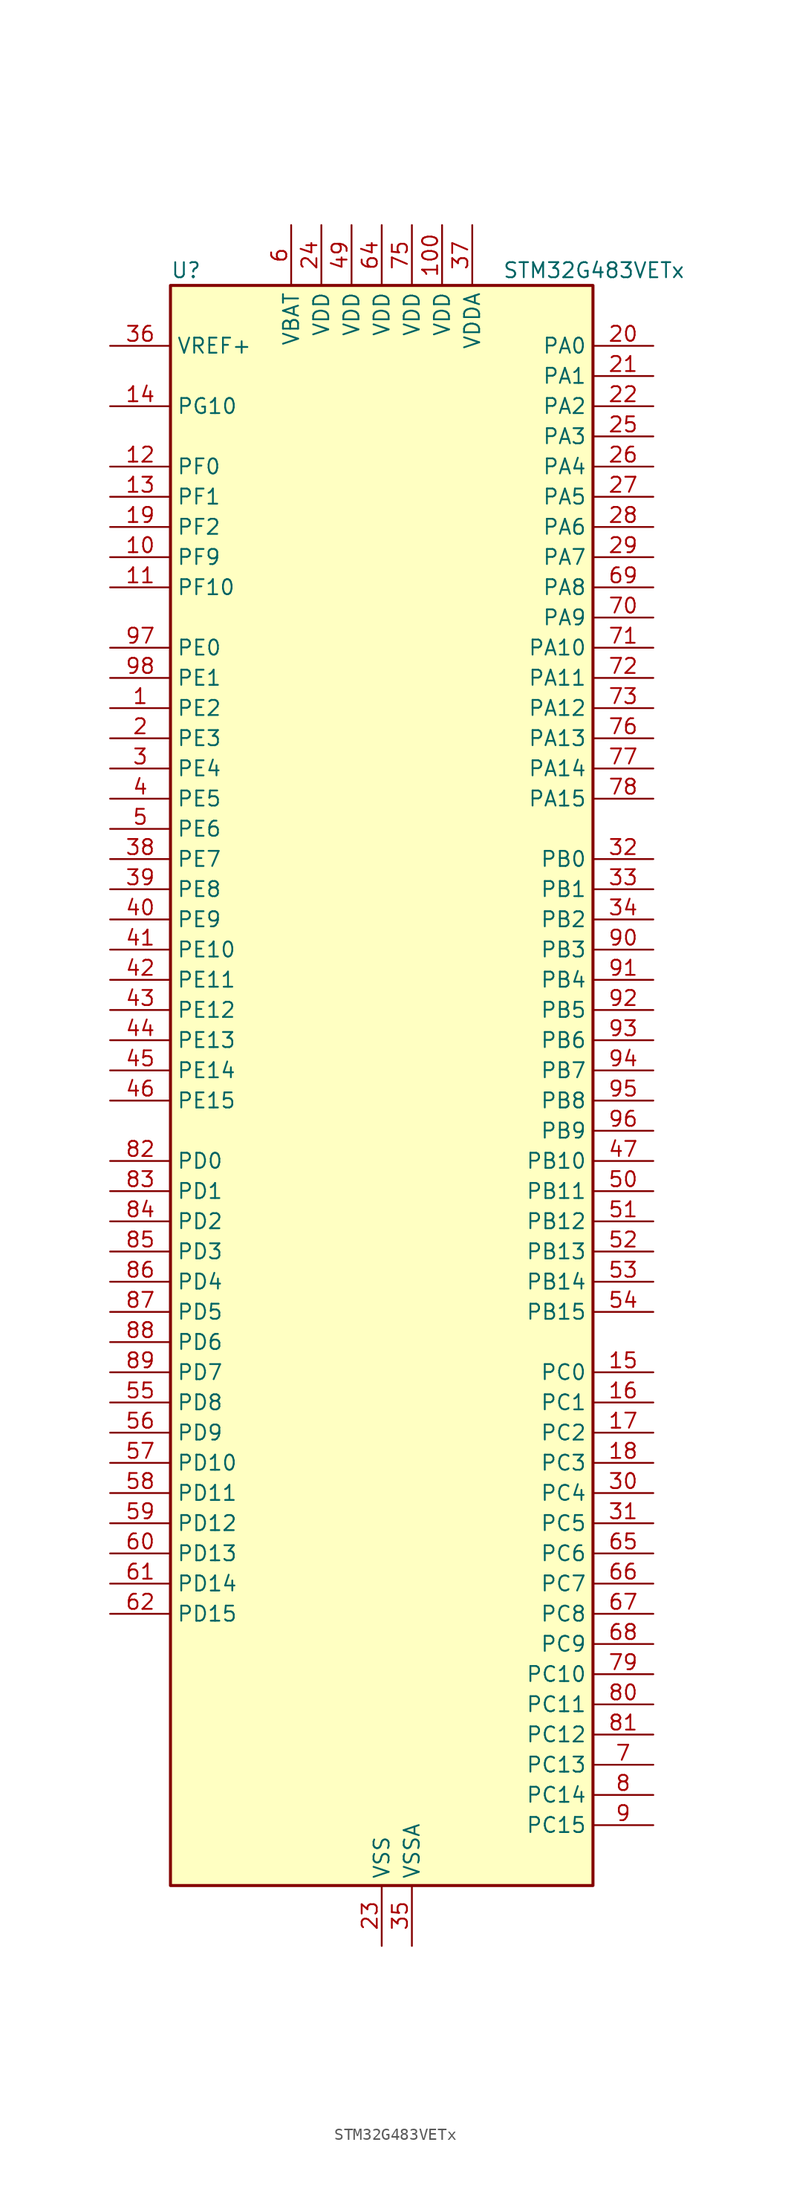
<source format=kicad_sym>
(kicad_symbol_lib
  (version 20241209)
  (generator "kicad_symbol_editor")
  (generator_version "9.0")
  (symbol "STM32G483VETx"
    (property "Reference" "U"
      (at -17.78 69.85 0)
      (effects (font (size 1.27 1.27)) (justify left)))
    (property "Value" "STM32G483VETx"
      (at 10.16 69.85 0)
      (effects (font (size 1.27 1.27)) (justify left)))
    (symbol "STM32G483VETx_0_1"
      (rectangle (start -17.78 -66.04) (end 17.78 68.58) (stroke (width 0.254) (type default)) (fill (type background))))
    (symbol "STM32G483VETx_1_1"
      (pin input line (at -22.86 63.5 0) (length 5.08) (name "VREF+" (effects (font (size 1.27 1.27)))) (number "36" (effects (font (size 1.27 1.27)))) (alternate "VREFBUF_OUT" bidirectional line))
      (pin bidirectional line (at -22.86 58.42 0) (length 5.08) (name "PG10" (effects (font (size 1.27 1.27)))) (number "14" (effects (font (size 1.27 1.27)))) (alternate "DAC1_EXTI10" bidirectional line) (alternate "DAC2_EXTI10" bidirectional line) (alternate "DAC3_EXTI10" bidirectional line) (alternate "DAC4_EXTI10" bidirectional line) (alternate "RCC_MCO" bidirectional line))
      (pin bidirectional line (at -22.86 53.34 0) (length 5.08) (name "PF0" (effects (font (size 1.27 1.27)))) (number "12" (effects (font (size 1.27 1.27)))) (alternate "ADC1_IN10" bidirectional line) (alternate "I2C2_SDA" bidirectional line) (alternate "I2S2_WS" bidirectional line) (alternate "RCC_OSC_IN" bidirectional line) (alternate "SPI2_NSS" bidirectional line) (alternate "TIM1_CH3N" bidirectional line))
      (pin bidirectional line (at -22.86 50.8 0) (length 5.08) (name "PF1" (effects (font (size 1.27 1.27)))) (number "13" (effects (font (size 1.27 1.27)))) (alternate "ADC2_IN10" bidirectional line) (alternate "COMP3_INM" bidirectional line) (alternate "I2S2_CK" bidirectional line) (alternate "RCC_OSC_OUT" bidirectional line) (alternate "SPI2_SCK" bidirectional line))
      (pin bidirectional line (at -22.86 48.26 0) (length 5.08) (name "PF2" (effects (font (size 1.27 1.27)))) (number "19" (effects (font (size 1.27 1.27)))) (alternate "ADC3_EXTI2" bidirectional line) (alternate "ADC4_EXTI2" bidirectional line) (alternate "ADC5_EXTI2" bidirectional line) (alternate "FMC_A2" bidirectional line) (alternate "I2C2_SMBA" bidirectional line) (alternate "TIM20_CH3" bidirectional line))
      (pin bidirectional line (at -22.86 45.72 0) (length 5.08) (name "PF9" (effects (font (size 1.27 1.27)))) (number "10" (effects (font (size 1.27 1.27)))) (alternate "DAC1_EXTI9" bidirectional line) (alternate "DAC2_EXTI9" bidirectional line) (alternate "DAC3_EXTI9" bidirectional line) (alternate "DAC4_EXTI9" bidirectional line) (alternate "FMC_A25" bidirectional line) (alternate "QUADSPI1_BK1_IO1" bidirectional line) (alternate "SAI1_FS_B" bidirectional line) (alternate "SPI2_SCK" bidirectional line) (alternate "TIM15_CH1" bidirectional line) (alternate "TIM20_BKIN" bidirectional line) (alternate "TIM5_CH4" bidirectional line))
      (pin bidirectional line (at -22.86 43.18 0) (length 5.08) (name "PF10" (effects (font (size 1.27 1.27)))) (number "11" (effects (font (size 1.27 1.27)))) (alternate "DAC1_EXTI10" bidirectional line) (alternate "DAC2_EXTI10" bidirectional line) (alternate "DAC3_EXTI10" bidirectional line) (alternate "DAC4_EXTI10" bidirectional line) (alternate "FMC_A0" bidirectional line) (alternate "QUADSPI1_CLK" bidirectional line) (alternate "SAI1_D3" bidirectional line) (alternate "SPI2_SCK" bidirectional line) (alternate "TIM15_CH2" bidirectional line) (alternate "TIM20_BKIN2" bidirectional line))
      (pin bidirectional line (at -22.86 38.1 0) (length 5.08) (name "PE0" (effects (font (size 1.27 1.27)))) (number "97" (effects (font (size 1.27 1.27)))) (alternate "FMC_NBL0" bidirectional line) (alternate "TIM16_CH1" bidirectional line) (alternate "TIM20_CH4N" bidirectional line) (alternate "TIM20_ETR" bidirectional line) (alternate "TIM4_ETR" bidirectional line) (alternate "USART1_TX" bidirectional line))
      (pin bidirectional line (at -22.86 35.56 0) (length 5.08) (name "PE1" (effects (font (size 1.27 1.27)))) (number "98" (effects (font (size 1.27 1.27)))) (alternate "FMC_NBL1" bidirectional line) (alternate "TIM17_CH1" bidirectional line) (alternate "TIM20_CH4" bidirectional line) (alternate "USART1_RX" bidirectional line))
      (pin bidirectional line (at -22.86 33.02 0) (length 5.08) (name "PE2" (effects (font (size 1.27 1.27)))) (number "1" (effects (font (size 1.27 1.27)))) (alternate "ADC3_EXTI2" bidirectional line) (alternate "ADC4_EXTI2" bidirectional line) (alternate "ADC5_EXTI2" bidirectional line) (alternate "FMC_A23" bidirectional line) (alternate "SAI1_CK1" bidirectional line) (alternate "SAI1_MCLK_A" bidirectional line) (alternate "SPI4_SCK" bidirectional line) (alternate "SYS_TRACECLK" bidirectional line) (alternate "TIM20_CH1" bidirectional line) (alternate "TIM3_CH1" bidirectional line))
      (pin bidirectional line (at -22.86 30.48 0) (length 5.08) (name "PE3" (effects (font (size 1.27 1.27)))) (number "2" (effects (font (size 1.27 1.27)))) (alternate "ADC3_EXTI3" bidirectional line) (alternate "ADC4_EXTI3" bidirectional line) (alternate "ADC5_EXTI3" bidirectional line) (alternate "FMC_A19" bidirectional line) (alternate "SAI1_SD_B" bidirectional line) (alternate "SPI4_NSS" bidirectional line) (alternate "SYS_TRACED0" bidirectional line) (alternate "TIM20_CH2" bidirectional line) (alternate "TIM3_CH2" bidirectional line))
      (pin bidirectional line (at -22.86 27.94 0) (length 5.08) (name "PE4" (effects (font (size 1.27 1.27)))) (number "3" (effects (font (size 1.27 1.27)))) (alternate "FMC_A20" bidirectional line) (alternate "SAI1_D2" bidirectional line) (alternate "SAI1_FS_A" bidirectional line) (alternate "SPI4_NSS" bidirectional line) (alternate "SYS_TRACED1" bidirectional line) (alternate "TIM20_CH1N" bidirectional line) (alternate "TIM3_CH3" bidirectional line))
      (pin bidirectional line (at -22.86 25.4 0) (length 5.08) (name "PE5" (effects (font (size 1.27 1.27)))) (number "4" (effects (font (size 1.27 1.27)))) (alternate "FMC_A21" bidirectional line) (alternate "SAI1_CK2" bidirectional line) (alternate "SAI1_SCK_A" bidirectional line) (alternate "SPI4_MISO" bidirectional line) (alternate "SYS_TRACED2" bidirectional line) (alternate "TIM20_CH2N" bidirectional line) (alternate "TIM3_CH4" bidirectional line))
      (pin bidirectional line (at -22.86 22.86 0) (length 5.08) (name "PE6" (effects (font (size 1.27 1.27)))) (number "5" (effects (font (size 1.27 1.27)))) (alternate "FMC_A22" bidirectional line) (alternate "RTC_TAMP3" bidirectional line) (alternate "SAI1_D1" bidirectional line) (alternate "SAI1_SD_A" bidirectional line) (alternate "SPI4_MOSI" bidirectional line) (alternate "SYS_TRACED3" bidirectional line) (alternate "SYS_WKUP3" bidirectional line) (alternate "TIM20_CH3N" bidirectional line))
      (pin bidirectional line (at -22.86 20.32 0) (length 5.08) (name "PE7" (effects (font (size 1.27 1.27)))) (number "38" (effects (font (size 1.27 1.27)))) (alternate "ADC3_IN4" bidirectional line) (alternate "COMP4_INP" bidirectional line) (alternate "FMC_D4" bidirectional line) (alternate "FMC_DA4" bidirectional line) (alternate "SAI1_SD_B" bidirectional line) (alternate "TIM1_ETR" bidirectional line))
      (pin bidirectional line (at -22.86 17.78 0) (length 5.08) (name "PE8" (effects (font (size 1.27 1.27)))) (number "39" (effects (font (size 1.27 1.27)))) (alternate "ADC3_IN6" bidirectional line) (alternate "ADC4_IN6" bidirectional line) (alternate "ADC5_IN6" bidirectional line) (alternate "COMP4_INM" bidirectional line) (alternate "FMC_D5" bidirectional line) (alternate "FMC_DA5" bidirectional line) (alternate "SAI1_SCK_B" bidirectional line) (alternate "TIM1_CH1N" bidirectional line) (alternate "TIM5_CH3" bidirectional line))
      (pin bidirectional line (at -22.86 15.24 0) (length 5.08) (name "PE9" (effects (font (size 1.27 1.27)))) (number "40" (effects (font (size 1.27 1.27)))) (alternate "ADC3_IN2" bidirectional line) (alternate "DAC1_EXTI9" bidirectional line) (alternate "DAC2_EXTI9" bidirectional line) (alternate "DAC3_EXTI9" bidirectional line) (alternate "DAC4_EXTI9" bidirectional line) (alternate "FMC_D6" bidirectional line) (alternate "FMC_DA6" bidirectional line) (alternate "SAI1_FS_B" bidirectional line) (alternate "TIM1_CH1" bidirectional line) (alternate "TIM5_CH4" bidirectional line))
      (pin bidirectional line (at -22.86 12.7 0) (length 5.08) (name "PE10" (effects (font (size 1.27 1.27)))) (number "41" (effects (font (size 1.27 1.27)))) (alternate "ADC3_IN14" bidirectional line) (alternate "ADC4_IN14" bidirectional line) (alternate "ADC5_IN14" bidirectional line) (alternate "DAC1_EXTI10" bidirectional line) (alternate "DAC2_EXTI10" bidirectional line) (alternate "DAC3_EXTI10" bidirectional line) (alternate "DAC4_EXTI10" bidirectional line) (alternate "FMC_D7" bidirectional line) (alternate "FMC_DA7" bidirectional line) (alternate "QUADSPI1_CLK" bidirectional line) (alternate "SAI1_MCLK_B" bidirectional line) (alternate "TIM1_CH2N" bidirectional line))
      (pin bidirectional line (at -22.86 10.16 0) (length 5.08) (name "PE11" (effects (font (size 1.27 1.27)))) (number "42" (effects (font (size 1.27 1.27)))) (alternate "ADC1_EXTI11" bidirectional line) (alternate "ADC2_EXTI11" bidirectional line) (alternate "ADC3_IN15" bidirectional line) (alternate "ADC4_IN15" bidirectional line) (alternate "ADC5_IN15" bidirectional line) (alternate "FMC_D8" bidirectional line) (alternate "FMC_DA8" bidirectional line) (alternate "QUADSPI1_BK1_NCS" bidirectional line) (alternate "SPI4_NSS" bidirectional line) (alternate "TIM1_CH2" bidirectional line))
      (pin bidirectional line (at -22.86 7.62 0) (length 5.08) (name "PE12" (effects (font (size 1.27 1.27)))) (number "43" (effects (font (size 1.27 1.27)))) (alternate "ADC3_IN16" bidirectional line) (alternate "ADC4_IN16" bidirectional line) (alternate "ADC5_IN16" bidirectional line) (alternate "FMC_D9" bidirectional line) (alternate "FMC_DA9" bidirectional line) (alternate "QUADSPI1_BK1_IO0" bidirectional line) (alternate "SPI4_SCK" bidirectional line) (alternate "TIM1_CH3N" bidirectional line))
      (pin bidirectional line (at -22.86 5.08 0) (length 5.08) (name "PE13" (effects (font (size 1.27 1.27)))) (number "44" (effects (font (size 1.27 1.27)))) (alternate "ADC3_IN3" bidirectional line) (alternate "FMC_D10" bidirectional line) (alternate "FMC_DA10" bidirectional line) (alternate "QUADSPI1_BK1_IO1" bidirectional line) (alternate "SPI4_MISO" bidirectional line) (alternate "TIM1_CH3" bidirectional line))
      (pin bidirectional line (at -22.86 2.54 0) (length 5.08) (name "PE14" (effects (font (size 1.27 1.27)))) (number "45" (effects (font (size 1.27 1.27)))) (alternate "ADC4_IN1" bidirectional line) (alternate "FMC_D11" bidirectional line) (alternate "FMC_DA11" bidirectional line) (alternate "QUADSPI1_BK1_IO2" bidirectional line) (alternate "SPI4_MOSI" bidirectional line) (alternate "TIM1_BKIN2" bidirectional line) (alternate "TIM1_CH4" bidirectional line))
      (pin bidirectional line (at -22.86 0 0) (length 5.08) (name "PE15" (effects (font (size 1.27 1.27)))) (number "46" (effects (font (size 1.27 1.27)))) (alternate "ADC1_EXTI15" bidirectional line) (alternate "ADC2_EXTI15" bidirectional line) (alternate "ADC4_IN2" bidirectional line) (alternate "FMC_D12" bidirectional line) (alternate "FMC_DA12" bidirectional line) (alternate "QUADSPI1_BK1_IO3" bidirectional line) (alternate "TIM1_BKIN" bidirectional line) (alternate "TIM1_CH4N" bidirectional line) (alternate "USART3_RX" bidirectional line))
      (pin bidirectional line (at -22.86 -5.08 0) (length 5.08) (name "PD0" (effects (font (size 1.27 1.27)))) (number "82" (effects (font (size 1.27 1.27)))) (alternate "FDCAN1_RX" bidirectional line) (alternate "FMC_D2" bidirectional line) (alternate "FMC_DA2" bidirectional line) (alternate "TIM8_CH4N" bidirectional line))
      (pin bidirectional line (at -22.86 -7.62 0) (length 5.08) (name "PD1" (effects (font (size 1.27 1.27)))) (number "83" (effects (font (size 1.27 1.27)))) (alternate "FDCAN1_TX" bidirectional line) (alternate "FMC_D3" bidirectional line) (alternate "FMC_DA3" bidirectional line) (alternate "TIM8_BKIN2" bidirectional line) (alternate "TIM8_CH4" bidirectional line))
      (pin bidirectional line (at -22.86 -10.16 0) (length 5.08) (name "PD2" (effects (font (size 1.27 1.27)))) (number "84" (effects (font (size 1.27 1.27)))) (alternate "ADC3_EXTI2" bidirectional line) (alternate "ADC4_EXTI2" bidirectional line) (alternate "ADC5_EXTI2" bidirectional line) (alternate "TIM3_ETR" bidirectional line) (alternate "TIM8_BKIN" bidirectional line) (alternate "UART5_RX" bidirectional line))
      (pin bidirectional line (at -22.86 -12.7 0) (length 5.08) (name "PD3" (effects (font (size 1.27 1.27)))) (number "85" (effects (font (size 1.27 1.27)))) (alternate "ADC3_EXTI3" bidirectional line) (alternate "ADC4_EXTI3" bidirectional line) (alternate "ADC5_EXTI3" bidirectional line) (alternate "FMC_CLK" bidirectional line) (alternate "QUADSPI1_BK2_NCS" bidirectional line) (alternate "TIM2_CH1" bidirectional line) (alternate "TIM2_ETR" bidirectional line) (alternate "USART2_CTS" bidirectional line) (alternate "USART2_NSS" bidirectional line))
      (pin bidirectional line (at -22.86 -15.24 0) (length 5.08) (name "PD4" (effects (font (size 1.27 1.27)))) (number "86" (effects (font (size 1.27 1.27)))) (alternate "FMC_NOE" bidirectional line) (alternate "QUADSPI1_BK2_IO0" bidirectional line) (alternate "TIM2_CH2" bidirectional line) (alternate "USART2_DE" bidirectional line) (alternate "USART2_RTS" bidirectional line))
      (pin bidirectional line (at -22.86 -17.78 0) (length 5.08) (name "PD5" (effects (font (size 1.27 1.27)))) (number "87" (effects (font (size 1.27 1.27)))) (alternate "FMC_NWE" bidirectional line) (alternate "QUADSPI1_BK2_IO1" bidirectional line) (alternate "USART2_TX" bidirectional line))
      (pin bidirectional line (at -22.86 -20.32 0) (length 5.08) (name "PD6" (effects (font (size 1.27 1.27)))) (number "88" (effects (font (size 1.27 1.27)))) (alternate "FMC_NWAIT" bidirectional line) (alternate "QUADSPI1_BK2_IO2" bidirectional line) (alternate "SAI1_D1" bidirectional line) (alternate "SAI1_SD_A" bidirectional line) (alternate "TIM2_CH4" bidirectional line) (alternate "USART2_RX" bidirectional line))
      (pin bidirectional line (at -22.86 -22.86 0) (length 5.08) (name "PD7" (effects (font (size 1.27 1.27)))) (number "89" (effects (font (size 1.27 1.27)))) (alternate "FMC_NCE" bidirectional line) (alternate "FMC_NE1" bidirectional line) (alternate "QUADSPI1_BK2_IO3" bidirectional line) (alternate "TIM2_CH3" bidirectional line) (alternate "USART2_CK" bidirectional line))
      (pin bidirectional line (at -22.86 -25.4 0) (length 5.08) (name "PD8" (effects (font (size 1.27 1.27)))) (number "55" (effects (font (size 1.27 1.27)))) (alternate "ADC4_IN12" bidirectional line) (alternate "ADC5_IN12" bidirectional line) (alternate "FMC_D13" bidirectional line) (alternate "FMC_DA13" bidirectional line) (alternate "OPAMP4_VINM" bidirectional line) (alternate "OPAMP4_VINM1" bidirectional line) (alternate "OPAMP4_VINM_SEC" bidirectional line) (alternate "USART3_TX" bidirectional line))
      (pin bidirectional line (at -22.86 -27.94 0) (length 5.08) (name "PD9" (effects (font (size 1.27 1.27)))) (number "56" (effects (font (size 1.27 1.27)))) (alternate "ADC4_IN13" bidirectional line) (alternate "ADC5_IN13" bidirectional line) (alternate "DAC1_EXTI9" bidirectional line) (alternate "DAC2_EXTI9" bidirectional line) (alternate "DAC3_EXTI9" bidirectional line) (alternate "DAC4_EXTI9" bidirectional line) (alternate "FMC_D14" bidirectional line) (alternate "FMC_DA14" bidirectional line) (alternate "OPAMP6_VINP" bidirectional line) (alternate "OPAMP6_VINP_SEC" bidirectional line) (alternate "USART3_RX" bidirectional line))
      (pin bidirectional line (at -22.86 -30.48 0) (length 5.08) (name "PD10" (effects (font (size 1.27 1.27)))) (number "57" (effects (font (size 1.27 1.27)))) (alternate "ADC3_IN7" bidirectional line) (alternate "ADC4_IN7" bidirectional line) (alternate "ADC5_IN7" bidirectional line) (alternate "COMP6_INM" bidirectional line) (alternate "DAC1_EXTI10" bidirectional line) (alternate "DAC2_EXTI10" bidirectional line) (alternate "DAC3_EXTI10" bidirectional line) (alternate "DAC4_EXTI10" bidirectional line) (alternate "FMC_D15" bidirectional line) (alternate "FMC_DA15" bidirectional line) (alternate "USART3_CK" bidirectional line))
      (pin bidirectional line (at -22.86 -33.02 0) (length 5.08) (name "PD11" (effects (font (size 1.27 1.27)))) (number "58" (effects (font (size 1.27 1.27)))) (alternate "ADC1_EXTI11" bidirectional line) (alternate "ADC2_EXTI11" bidirectional line) (alternate "ADC3_IN8" bidirectional line) (alternate "ADC4_IN8" bidirectional line) (alternate "ADC5_IN8" bidirectional line) (alternate "COMP6_INP" bidirectional line) (alternate "FMC_A16" bidirectional line) (alternate "FMC_CLE" bidirectional line) (alternate "I2C4_SMBA" bidirectional line) (alternate "OPAMP4_VINP" bidirectional line) (alternate "OPAMP4_VINP_SEC" bidirectional line) (alternate "TIM5_ETR" bidirectional line) (alternate "USART3_CTS" bidirectional line) (alternate "USART3_NSS" bidirectional line))
      (pin bidirectional line (at -22.86 -35.56 0) (length 5.08) (name "PD12" (effects (font (size 1.27 1.27)))) (number "59" (effects (font (size 1.27 1.27)))) (alternate "ADC3_IN9" bidirectional line) (alternate "ADC4_IN9" bidirectional line) (alternate "ADC5_IN9" bidirectional line) (alternate "COMP5_INP" bidirectional line) (alternate "FMC_A17" bidirectional line) (alternate "FMC_ALE" bidirectional line) (alternate "OPAMP5_VINP" bidirectional line) (alternate "OPAMP5_VINP_SEC" bidirectional line) (alternate "TIM4_CH1" bidirectional line) (alternate "USART3_DE" bidirectional line) (alternate "USART3_RTS" bidirectional line))
      (pin bidirectional line (at -22.86 -38.1 0) (length 5.08) (name "PD13" (effects (font (size 1.27 1.27)))) (number "60" (effects (font (size 1.27 1.27)))) (alternate "ADC3_IN10" bidirectional line) (alternate "ADC4_IN10" bidirectional line) (alternate "ADC5_IN10" bidirectional line) (alternate "COMP5_INM" bidirectional line) (alternate "FMC_A18" bidirectional line) (alternate "TIM4_CH2" bidirectional line))
      (pin bidirectional line (at -22.86 -40.64 0) (length 5.08) (name "PD14" (effects (font (size 1.27 1.27)))) (number "61" (effects (font (size 1.27 1.27)))) (alternate "ADC3_IN11" bidirectional line) (alternate "ADC4_IN11" bidirectional line) (alternate "ADC5_IN11" bidirectional line) (alternate "COMP7_INP" bidirectional line) (alternate "FMC_D0" bidirectional line) (alternate "FMC_DA0" bidirectional line) (alternate "OPAMP2_VINP" bidirectional line) (alternate "OPAMP2_VINP_SEC" bidirectional line) (alternate "TIM4_CH3" bidirectional line))
      (pin bidirectional line (at -22.86 -43.18 0) (length 5.08) (name "PD15" (effects (font (size 1.27 1.27)))) (number "62" (effects (font (size 1.27 1.27)))) (alternate "ADC1_EXTI15" bidirectional line) (alternate "ADC2_EXTI15" bidirectional line) (alternate "COMP7_INM" bidirectional line) (alternate "FMC_D1" bidirectional line) (alternate "FMC_DA1" bidirectional line) (alternate "SPI2_NSS" bidirectional line) (alternate "TIM4_CH4" bidirectional line))
      (pin power_in line (at -7.62 73.66 270) (length 5.08) (name "VBAT" (effects (font (size 1.27 1.27)))) (number "6" (effects (font (size 1.27 1.27)))))
      (pin power_in line (at -5.08 73.66 270) (length 5.08) (name "VDD" (effects (font (size 1.27 1.27)))) (number "24" (effects (font (size 1.27 1.27)))))
      (pin power_in line (at -2.54 73.66 270) (length 5.08) (name "VDD" (effects (font (size 1.27 1.27)))) (number "49" (effects (font (size 1.27 1.27)))))
      (pin power_in line (at 0 73.66 270) (length 5.08) (name "VDD" (effects (font (size 1.27 1.27)))) (number "64" (effects (font (size 1.27 1.27)))))
      (pin power_in line (at 0 -71.12 90) (length 5.08) (name "VSS" (effects (font (size 1.27 1.27)))) (number "23" (effects (font (size 1.27 1.27)))))
      (pin passive line (at 0 -71.12 90) (length 5.08) (hide yes) (name "VSS" (effects (font (size 1.27 1.27)))) (number "48" (effects (font (size 1.27 1.27)))))
      (pin passive line (at 0 -71.12 90) (length 5.08) (hide yes) (name "VSS" (effects (font (size 1.27 1.27)))) (number "63" (effects (font (size 1.27 1.27)))))
      (pin passive line (at 0 -71.12 90) (length 5.08) (hide yes) (name "VSS" (effects (font (size 1.27 1.27)))) (number "74" (effects (font (size 1.27 1.27)))))
      (pin passive line (at 0 -71.12 90) (length 5.08) (hide yes) (name "VSS" (effects (font (size 1.27 1.27)))) (number "99" (effects (font (size 1.27 1.27)))))
      (pin power_in line (at 2.54 73.66 270) (length 5.08) (name "VDD" (effects (font (size 1.27 1.27)))) (number "75" (effects (font (size 1.27 1.27)))))
      (pin power_in line (at 2.54 -71.12 90) (length 5.08) (name "VSSA" (effects (font (size 1.27 1.27)))) (number "35" (effects (font (size 1.27 1.27)))))
      (pin power_in line (at 5.08 73.66 270) (length 5.08) (name "VDD" (effects (font (size 1.27 1.27)))) (number "100" (effects (font (size 1.27 1.27)))))
      (pin power_in line (at 7.62 73.66 270) (length 5.08) (name "VDDA" (effects (font (size 1.27 1.27)))) (number "37" (effects (font (size 1.27 1.27)))))
      (pin bidirectional line (at 22.86 63.5 180) (length 5.08) (name "PA0" (effects (font (size 1.27 1.27)))) (number "20" (effects (font (size 1.27 1.27)))) (alternate "ADC1_IN1" bidirectional line) (alternate "ADC2_IN1" bidirectional line) (alternate "COMP1_INM" bidirectional line) (alternate "COMP1_OUT" bidirectional line) (alternate "COMP3_INP" bidirectional line) (alternate "RTC_TAMP2" bidirectional line) (alternate "SYS_WKUP1" bidirectional line) (alternate "TIM2_CH1" bidirectional line) (alternate "TIM2_ETR" bidirectional line) (alternate "TIM5_CH1" bidirectional line) (alternate "TIM8_BKIN" bidirectional line) (alternate "TIM8_ETR" bidirectional line) (alternate "USART2_CTS" bidirectional line) (alternate "USART2_NSS" bidirectional line))
      (pin bidirectional line (at 22.86 60.96 180) (length 5.08) (name "PA1" (effects (font (size 1.27 1.27)))) (number "21" (effects (font (size 1.27 1.27)))) (alternate "ADC1_IN2" bidirectional line) (alternate "ADC2_IN2" bidirectional line) (alternate "COMP1_INP" bidirectional line) (alternate "OPAMP1_VINP" bidirectional line) (alternate "OPAMP1_VINP_SEC" bidirectional line) (alternate "OPAMP3_VINP" bidirectional line) (alternate "OPAMP3_VINP_SEC" bidirectional line) (alternate "OPAMP6_VINM" bidirectional line) (alternate "OPAMP6_VINM0" bidirectional line) (alternate "OPAMP6_VINM_SEC" bidirectional line) (alternate "RTC_REFIN" bidirectional line) (alternate "TIM15_CH1N" bidirectional line) (alternate "TIM2_CH2" bidirectional line) (alternate "TIM5_CH2" bidirectional line) (alternate "USART2_DE" bidirectional line) (alternate "USART2_RTS" bidirectional line))
      (pin bidirectional line (at 22.86 58.42 180) (length 5.08) (name "PA2" (effects (font (size 1.27 1.27)))) (number "22" (effects (font (size 1.27 1.27)))) (alternate "ADC1_IN3" bidirectional line) (alternate "ADC3_EXTI2" bidirectional line) (alternate "ADC4_EXTI2" bidirectional line) (alternate "ADC5_EXTI2" bidirectional line) (alternate "COMP2_INM" bidirectional line) (alternate "COMP2_OUT" bidirectional line) (alternate "LPUART1_TX" bidirectional line) (alternate "OPAMP1_VOUT" bidirectional line) (alternate "QUADSPI1_BK1_NCS" bidirectional line) (alternate "RCC_LSCO" bidirectional line) (alternate "SYS_WKUP4" bidirectional line) (alternate "TIM15_CH1" bidirectional line) (alternate "TIM2_CH3" bidirectional line) (alternate "TIM5_CH3" bidirectional line) (alternate "UCPD1_FRSTX1" bidirectional line) (alternate "UCPD1_FRSTX2" bidirectional line) (alternate "USART2_TX" bidirectional line))
      (pin bidirectional line (at 22.86 55.88 180) (length 5.08) (name "PA3" (effects (font (size 1.27 1.27)))) (number "25" (effects (font (size 1.27 1.27)))) (alternate "ADC1_IN4" bidirectional line) (alternate "ADC3_EXTI3" bidirectional line) (alternate "ADC4_EXTI3" bidirectional line) (alternate "ADC5_EXTI3" bidirectional line) (alternate "COMP2_INP" bidirectional line) (alternate "LPUART1_RX" bidirectional line) (alternate "OPAMP1_VINM" bidirectional line) (alternate "OPAMP1_VINM0" bidirectional line) (alternate "OPAMP1_VINM_SEC" bidirectional line) (alternate "OPAMP1_VINP" bidirectional line) (alternate "OPAMP1_VINP_SEC" bidirectional line) (alternate "OPAMP5_VINM" bidirectional line) (alternate "OPAMP5_VINM1" bidirectional line) (alternate "OPAMP5_VINM_SEC" bidirectional line) (alternate "QUADSPI1_CLK" bidirectional line) (alternate "SAI1_CK1" bidirectional line) (alternate "SAI1_MCLK_A" bidirectional line) (alternate "TIM15_CH2" bidirectional line) (alternate "TIM2_CH4" bidirectional line) (alternate "TIM5_CH4" bidirectional line) (alternate "USART2_RX" bidirectional line))
      (pin bidirectional line (at 22.86 53.34 180) (length 5.08) (name "PA4" (effects (font (size 1.27 1.27)))) (number "26" (effects (font (size 1.27 1.27)))) (alternate "ADC2_IN17" bidirectional line) (alternate "COMP1_INM" bidirectional line) (alternate "DAC1_OUT1" bidirectional line) (alternate "I2S3_WS" bidirectional line) (alternate "SAI1_FS_B" bidirectional line) (alternate "SPI1_NSS" bidirectional line) (alternate "SPI3_NSS" bidirectional line) (alternate "TIM3_CH2" bidirectional line) (alternate "USART2_CK" bidirectional line))
      (pin bidirectional line (at 22.86 50.8 180) (length 5.08) (name "PA5" (effects (font (size 1.27 1.27)))) (number "27" (effects (font (size 1.27 1.27)))) (alternate "ADC2_IN13" bidirectional line) (alternate "COMP2_INM" bidirectional line) (alternate "DAC1_OUT2" bidirectional line) (alternate "OPAMP2_VINM" bidirectional line) (alternate "OPAMP2_VINM0" bidirectional line) (alternate "OPAMP2_VINM_SEC" bidirectional line) (alternate "SPI1_SCK" bidirectional line) (alternate "TIM2_CH1" bidirectional line) (alternate "TIM2_ETR" bidirectional line) (alternate "UCPD1_FRSTX1" bidirectional line) (alternate "UCPD1_FRSTX2" bidirectional line))
      (pin bidirectional line (at 22.86 48.26 180) (length 5.08) (name "PA6" (effects (font (size 1.27 1.27)))) (number "28" (effects (font (size 1.27 1.27)))) (alternate "ADC2_IN3" bidirectional line) (alternate "COMP1_OUT" bidirectional line) (alternate "DAC2_OUT1" bidirectional line) (alternate "LPUART1_CTS" bidirectional line) (alternate "OPAMP2_VOUT" bidirectional line) (alternate "QUADSPI1_BK1_IO3" bidirectional line) (alternate "SPI1_MISO" bidirectional line) (alternate "TIM16_CH1" bidirectional line) (alternate "TIM1_BKIN" bidirectional line) (alternate "TIM3_CH1" bidirectional line) (alternate "TIM8_BKIN" bidirectional line))
      (pin bidirectional line (at 22.86 45.72 180) (length 5.08) (name "PA7" (effects (font (size 1.27 1.27)))) (number "29" (effects (font (size 1.27 1.27)))) (alternate "ADC2_IN4" bidirectional line) (alternate "COMP2_INP" bidirectional line) (alternate "COMP2_OUT" bidirectional line) (alternate "OPAMP1_VINP" bidirectional line) (alternate "OPAMP1_VINP_SEC" bidirectional line) (alternate "OPAMP2_VINP" bidirectional line) (alternate "OPAMP2_VINP_SEC" bidirectional line) (alternate "QUADSPI1_BK1_IO2" bidirectional line) (alternate "SPI1_MOSI" bidirectional line) (alternate "TIM17_CH1" bidirectional line) (alternate "TIM1_CH1N" bidirectional line) (alternate "TIM3_CH2" bidirectional line) (alternate "TIM8_CH1N" bidirectional line) (alternate "UCPD1_FRSTX1" bidirectional line) (alternate "UCPD1_FRSTX2" bidirectional line))
      (pin bidirectional line (at 22.86 43.18 180) (length 5.08) (name "PA8" (effects (font (size 1.27 1.27)))) (number "69" (effects (font (size 1.27 1.27)))) (alternate "ADC5_IN1" bidirectional line) (alternate "COMP7_OUT" bidirectional line) (alternate "FDCAN3_RX" bidirectional line) (alternate "I2C2_SDA" bidirectional line) (alternate "I2C3_SCL" bidirectional line) (alternate "I2S2_MCK" bidirectional line) (alternate "OPAMP5_VOUT" bidirectional line) (alternate "RCC_MCO" bidirectional line) (alternate "SAI1_CK2" bidirectional line) (alternate "SAI1_SCK_A" bidirectional line) (alternate "TIM1_CH1" bidirectional line) (alternate "TIM4_ETR" bidirectional line) (alternate "USART1_CK" bidirectional line))
      (pin bidirectional line (at 22.86 40.64 180) (length 5.08) (name "PA9" (effects (font (size 1.27 1.27)))) (number "70" (effects (font (size 1.27 1.27)))) (alternate "ADC5_IN2" bidirectional line) (alternate "COMP5_OUT" bidirectional line) (alternate "DAC1_EXTI9" bidirectional line) (alternate "DAC2_EXTI9" bidirectional line) (alternate "DAC3_EXTI9" bidirectional line) (alternate "DAC4_EXTI9" bidirectional line) (alternate "I2C2_SCL" bidirectional line) (alternate "I2C3_SMBA" bidirectional line) (alternate "I2S3_MCK" bidirectional line) (alternate "SAI1_FS_A" bidirectional line) (alternate "TIM15_BKIN" bidirectional line) (alternate "TIM1_CH2" bidirectional line) (alternate "TIM2_CH3" bidirectional line) (alternate "UCPD1_DBCC1" bidirectional line) (alternate "USART1_TX" bidirectional line))
      (pin bidirectional line (at 22.86 38.1 180) (length 5.08) (name "PA10" (effects (font (size 1.27 1.27)))) (number "71" (effects (font (size 1.27 1.27)))) (alternate "COMP6_OUT" bidirectional line) (alternate "CRS_SYNC" bidirectional line) (alternate "DAC1_EXTI10" bidirectional line) (alternate "DAC2_EXTI10" bidirectional line) (alternate "DAC3_EXTI10" bidirectional line) (alternate "DAC4_EXTI10" bidirectional line) (alternate "I2C2_SMBA" bidirectional line) (alternate "SAI1_D1" bidirectional line) (alternate "SAI1_SD_A" bidirectional line) (alternate "SPI2_MISO" bidirectional line) (alternate "TIM17_BKIN" bidirectional line) (alternate "TIM1_CH3" bidirectional line) (alternate "TIM2_CH4" bidirectional line) (alternate "TIM8_BKIN" bidirectional line) (alternate "UCPD1_DBCC2" bidirectional line) (alternate "USART1_RX" bidirectional line))
      (pin bidirectional line (at 22.86 35.56 180) (length 5.08) (name "PA11" (effects (font (size 1.27 1.27)))) (number "72" (effects (font (size 1.27 1.27)))) (alternate "ADC1_EXTI11" bidirectional line) (alternate "ADC2_EXTI11" bidirectional line) (alternate "COMP1_OUT" bidirectional line) (alternate "FDCAN1_RX" bidirectional line) (alternate "I2S2_SD" bidirectional line) (alternate "SPI2_MOSI" bidirectional line) (alternate "TIM1_BKIN2" bidirectional line) (alternate "TIM1_CH1N" bidirectional line) (alternate "TIM1_CH4" bidirectional line) (alternate "TIM4_CH1" bidirectional line) (alternate "USART1_CTS" bidirectional line) (alternate "USART1_NSS" bidirectional line) (alternate "USB_DM" bidirectional line))
      (pin bidirectional line (at 22.86 33.02 180) (length 5.08) (name "PA12" (effects (font (size 1.27 1.27)))) (number "73" (effects (font (size 1.27 1.27)))) (alternate "COMP2_OUT" bidirectional line) (alternate "FDCAN1_TX" bidirectional line) (alternate "I2S_CKIN" bidirectional line) (alternate "TIM16_CH1" bidirectional line) (alternate "TIM1_CH2N" bidirectional line) (alternate "TIM1_ETR" bidirectional line) (alternate "TIM4_CH2" bidirectional line) (alternate "USART1_DE" bidirectional line) (alternate "USART1_RTS" bidirectional line) (alternate "USB_DP" bidirectional line))
      (pin bidirectional line (at 22.86 30.48 180) (length 5.08) (name "PA13" (effects (font (size 1.27 1.27)))) (number "76" (effects (font (size 1.27 1.27)))) (alternate "I2C1_SCL" bidirectional line) (alternate "I2C4_SCL" bidirectional line) (alternate "IR_OUT" bidirectional line) (alternate "SAI1_SD_B" bidirectional line) (alternate "SYS_JTMS-SWDIO" bidirectional line) (alternate "TIM16_CH1N" bidirectional line) (alternate "TIM4_CH3" bidirectional line) (alternate "USART3_CTS" bidirectional line) (alternate "USART3_NSS" bidirectional line))
      (pin bidirectional line (at 22.86 27.94 180) (length 5.08) (name "PA14" (effects (font (size 1.27 1.27)))) (number "77" (effects (font (size 1.27 1.27)))) (alternate "I2C1_SDA" bidirectional line) (alternate "I2C4_SMBA" bidirectional line) (alternate "LPTIM1_OUT" bidirectional line) (alternate "SAI1_FS_B" bidirectional line) (alternate "SYS_JTCK-SWCLK" bidirectional line) (alternate "TIM1_BKIN" bidirectional line) (alternate "TIM8_CH2" bidirectional line) (alternate "USART2_TX" bidirectional line))
      (pin bidirectional line (at 22.86 25.4 180) (length 5.08) (name "PA15" (effects (font (size 1.27 1.27)))) (number "78" (effects (font (size 1.27 1.27)))) (alternate "ADC1_EXTI15" bidirectional line) (alternate "ADC2_EXTI15" bidirectional line) (alternate "FDCAN3_TX" bidirectional line) (alternate "I2C1_SCL" bidirectional line) (alternate "I2S3_WS" bidirectional line) (alternate "SPI1_NSS" bidirectional line) (alternate "SPI3_NSS" bidirectional line) (alternate "SYS_JTDI" bidirectional line) (alternate "TIM1_BKIN" bidirectional line) (alternate "TIM2_CH1" bidirectional line) (alternate "TIM2_ETR" bidirectional line) (alternate "TIM8_CH1" bidirectional line) (alternate "UART4_DE" bidirectional line) (alternate "UART4_RTS" bidirectional line) (alternate "USART2_RX" bidirectional line))
      (pin bidirectional line (at 22.86 20.32 180) (length 5.08) (name "PB0" (effects (font (size 1.27 1.27)))) (number "32" (effects (font (size 1.27 1.27)))) (alternate "ADC1_IN15" bidirectional line) (alternate "ADC3_IN12" bidirectional line) (alternate "COMP4_INP" bidirectional line) (alternate "OPAMP2_VINP" bidirectional line) (alternate "OPAMP2_VINP_SEC" bidirectional line) (alternate "OPAMP3_VINP" bidirectional line) (alternate "OPAMP3_VINP_SEC" bidirectional line) (alternate "QUADSPI1_BK1_IO1" bidirectional line) (alternate "TIM1_CH2N" bidirectional line) (alternate "TIM3_CH3" bidirectional line) (alternate "TIM8_CH2N" bidirectional line) (alternate "UCPD1_FRSTX1" bidirectional line) (alternate "UCPD1_FRSTX2" bidirectional line))
      (pin bidirectional line (at 22.86 17.78 180) (length 5.08) (name "PB1" (effects (font (size 1.27 1.27)))) (number "33" (effects (font (size 1.27 1.27)))) (alternate "ADC1_IN12" bidirectional line) (alternate "ADC3_IN1" bidirectional line) (alternate "COMP1_INP" bidirectional line) (alternate "COMP4_OUT" bidirectional line) (alternate "LPUART1_DE" bidirectional line) (alternate "LPUART1_RTS" bidirectional line) (alternate "OPAMP3_VOUT" bidirectional line) (alternate "OPAMP6_VINM" bidirectional line) (alternate "OPAMP6_VINM1" bidirectional line) (alternate "OPAMP6_VINM_SEC" bidirectional line) (alternate "QUADSPI1_BK1_IO0" bidirectional line) (alternate "TIM1_CH3N" bidirectional line) (alternate "TIM3_CH4" bidirectional line) (alternate "TIM8_CH3N" bidirectional line))
      (pin bidirectional line (at 22.86 15.24 180) (length 5.08) (name "PB2" (effects (font (size 1.27 1.27)))) (number "34" (effects (font (size 1.27 1.27)))) (alternate "ADC2_IN12" bidirectional line) (alternate "ADC3_EXTI2" bidirectional line) (alternate "ADC4_EXTI2" bidirectional line) (alternate "ADC5_EXTI2" bidirectional line) (alternate "COMP4_INM" bidirectional line) (alternate "I2C3_SMBA" bidirectional line) (alternate "LPTIM1_OUT" bidirectional line) (alternate "OPAMP3_VINM" bidirectional line) (alternate "OPAMP3_VINM0" bidirectional line) (alternate "OPAMP3_VINM_SEC" bidirectional line) (alternate "QUADSPI1_BK2_IO1" bidirectional line) (alternate "RTC_OUT2" bidirectional line) (alternate "TIM20_CH1" bidirectional line) (alternate "TIM5_CH1" bidirectional line))
      (pin bidirectional line (at 22.86 12.7 180) (length 5.08) (name "PB3" (effects (font (size 1.27 1.27)))) (number "90" (effects (font (size 1.27 1.27)))) (alternate "ADC3_EXTI3" bidirectional line) (alternate "ADC4_EXTI3" bidirectional line) (alternate "ADC5_EXTI3" bidirectional line) (alternate "CRS_SYNC" bidirectional line) (alternate "FDCAN3_RX" bidirectional line) (alternate "I2S3_CK" bidirectional line) (alternate "SAI1_SCK_B" bidirectional line) (alternate "SPI1_SCK" bidirectional line) (alternate "SPI3_SCK" bidirectional line) (alternate "SYS_JTDO-SWO" bidirectional line) (alternate "TIM2_CH2" bidirectional line) (alternate "TIM3_ETR" bidirectional line) (alternate "TIM4_ETR" bidirectional line) (alternate "TIM8_CH1N" bidirectional line) (alternate "USART2_TX" bidirectional line))
      (pin bidirectional line (at 22.86 10.16 180) (length 5.08) (name "PB4" (effects (font (size 1.27 1.27)))) (number "91" (effects (font (size 1.27 1.27)))) (alternate "FDCAN3_TX" bidirectional line) (alternate "SAI1_MCLK_B" bidirectional line) (alternate "SPI1_MISO" bidirectional line) (alternate "SPI3_MISO" bidirectional line) (alternate "SYS_JTRST" bidirectional line) (alternate "TIM16_CH1" bidirectional line) (alternate "TIM17_BKIN" bidirectional line) (alternate "TIM3_CH1" bidirectional line) (alternate "TIM8_CH2N" bidirectional line) (alternate "UART5_DE" bidirectional line) (alternate "UART5_RTS" bidirectional line) (alternate "UCPD1_CC2" bidirectional line) (alternate "USART2_RX" bidirectional line))
      (pin bidirectional line (at 22.86 7.62 180) (length 5.08) (name "PB5" (effects (font (size 1.27 1.27)))) (number "92" (effects (font (size 1.27 1.27)))) (alternate "FDCAN2_RX" bidirectional line) (alternate "I2C1_SMBA" bidirectional line) (alternate "I2C3_SDA" bidirectional line) (alternate "I2S3_SD" bidirectional line) (alternate "LPTIM1_IN1" bidirectional line) (alternate "SAI1_SD_B" bidirectional line) (alternate "SPI1_MOSI" bidirectional line) (alternate "SPI3_MOSI" bidirectional line) (alternate "TIM16_BKIN" bidirectional line) (alternate "TIM17_CH1" bidirectional line) (alternate "TIM3_CH2" bidirectional line) (alternate "TIM8_CH3N" bidirectional line) (alternate "UART5_CTS" bidirectional line) (alternate "USART2_CK" bidirectional line))
      (pin bidirectional line (at 22.86 5.08 180) (length 5.08) (name "PB6" (effects (font (size 1.27 1.27)))) (number "93" (effects (font (size 1.27 1.27)))) (alternate "COMP4_OUT" bidirectional line) (alternate "FDCAN2_TX" bidirectional line) (alternate "LPTIM1_ETR" bidirectional line) (alternate "SAI1_FS_B" bidirectional line) (alternate "TIM16_CH1N" bidirectional line) (alternate "TIM4_CH1" bidirectional line) (alternate "TIM8_BKIN2" bidirectional line) (alternate "TIM8_CH1" bidirectional line) (alternate "TIM8_ETR" bidirectional line) (alternate "UCPD1_CC1" bidirectional line) (alternate "USART1_TX" bidirectional line))
      (pin bidirectional line (at 22.86 2.54 180) (length 5.08) (name "PB7" (effects (font (size 1.27 1.27)))) (number "94" (effects (font (size 1.27 1.27)))) (alternate "COMP3_OUT" bidirectional line) (alternate "FMC_NL" bidirectional line) (alternate "I2C1_SDA" bidirectional line) (alternate "I2C4_SDA" bidirectional line) (alternate "LPTIM1_IN2" bidirectional line) (alternate "SYS_PVD_IN" bidirectional line) (alternate "TIM17_CH1N" bidirectional line) (alternate "TIM3_CH4" bidirectional line) (alternate "TIM4_CH2" bidirectional line) (alternate "TIM8_BKIN" bidirectional line) (alternate "UART4_CTS" bidirectional line) (alternate "USART1_RX" bidirectional line))
      (pin bidirectional line (at 22.86 0 180) (length 5.08) (name "PB8" (effects (font (size 1.27 1.27)))) (number "95" (effects (font (size 1.27 1.27)))) (alternate "COMP1_OUT" bidirectional line) (alternate "FDCAN1_RX" bidirectional line) (alternate "I2C1_SCL" bidirectional line) (alternate "SAI1_CK1" bidirectional line) (alternate "SAI1_MCLK_A" bidirectional line) (alternate "TIM16_CH1" bidirectional line) (alternate "TIM1_BKIN" bidirectional line) (alternate "TIM4_CH3" bidirectional line) (alternate "TIM8_CH2" bidirectional line) (alternate "USART3_RX" bidirectional line))
      (pin bidirectional line (at 22.86 -2.54 180) (length 5.08) (name "PB9" (effects (font (size 1.27 1.27)))) (number "96" (effects (font (size 1.27 1.27)))) (alternate "COMP2_OUT" bidirectional line) (alternate "DAC1_EXTI9" bidirectional line) (alternate "DAC2_EXTI9" bidirectional line) (alternate "DAC3_EXTI9" bidirectional line) (alternate "DAC4_EXTI9" bidirectional line) (alternate "FDCAN1_TX" bidirectional line) (alternate "I2C1_SDA" bidirectional line) (alternate "IR_OUT" bidirectional line) (alternate "SAI1_D2" bidirectional line) (alternate "SAI1_FS_A" bidirectional line) (alternate "TIM17_CH1" bidirectional line) (alternate "TIM1_CH3N" bidirectional line) (alternate "TIM4_CH4" bidirectional line) (alternate "TIM8_CH3" bidirectional line) (alternate "USART3_TX" bidirectional line))
      (pin bidirectional line (at 22.86 -5.08 180) (length 5.08) (name "PB10" (effects (font (size 1.27 1.27)))) (number "47" (effects (font (size 1.27 1.27)))) (alternate "COMP5_INM" bidirectional line) (alternate "DAC1_EXTI10" bidirectional line) (alternate "DAC2_EXTI10" bidirectional line) (alternate "DAC3_EXTI10" bidirectional line) (alternate "DAC4_EXTI10" bidirectional line) (alternate "LPUART1_RX" bidirectional line) (alternate "OPAMP3_VINM" bidirectional line) (alternate "OPAMP3_VINM1" bidirectional line) (alternate "OPAMP3_VINM_SEC" bidirectional line) (alternate "OPAMP4_VINM" bidirectional line) (alternate "OPAMP4_VINM0" bidirectional line) (alternate "OPAMP4_VINM_SEC" bidirectional line) (alternate "QUADSPI1_CLK" bidirectional line) (alternate "SAI1_SCK_A" bidirectional line) (alternate "TIM1_BKIN" bidirectional line) (alternate "TIM2_CH3" bidirectional line) (alternate "USART3_TX" bidirectional line))
      (pin bidirectional line (at 22.86 -7.62 180) (length 5.08) (name "PB11" (effects (font (size 1.27 1.27)))) (number "50" (effects (font (size 1.27 1.27)))) (alternate "ADC1_EXTI11" bidirectional line) (alternate "ADC1_IN14" bidirectional line) (alternate "ADC2_EXTI11" bidirectional line) (alternate "ADC2_IN14" bidirectional line) (alternate "COMP6_INP" bidirectional line) (alternate "LPUART1_TX" bidirectional line) (alternate "OPAMP4_VINP" bidirectional line) (alternate "OPAMP4_VINP_SEC" bidirectional line) (alternate "OPAMP6_VOUT" bidirectional line) (alternate "QUADSPI1_BK1_NCS" bidirectional line) (alternate "TIM2_CH4" bidirectional line) (alternate "USART3_RX" bidirectional line))
      (pin bidirectional line (at 22.86 -10.16 180) (length 5.08) (name "PB12" (effects (font (size 1.27 1.27)))) (number "51" (effects (font (size 1.27 1.27)))) (alternate "ADC1_IN11" bidirectional line) (alternate "ADC4_IN3" bidirectional line) (alternate "COMP7_INM" bidirectional line) (alternate "FDCAN2_RX" bidirectional line) (alternate "I2C2_SMBA" bidirectional line) (alternate "I2S2_WS" bidirectional line) (alternate "LPUART1_DE" bidirectional line) (alternate "LPUART1_RTS" bidirectional line) (alternate "OPAMP4_VOUT" bidirectional line) (alternate "OPAMP6_VINP" bidirectional line) (alternate "OPAMP6_VINP_SEC" bidirectional line) (alternate "SPI2_NSS" bidirectional line) (alternate "TIM1_BKIN" bidirectional line) (alternate "TIM5_ETR" bidirectional line) (alternate "USART3_CK" bidirectional line))
      (pin bidirectional line (at 22.86 -12.7 180) (length 5.08) (name "PB13" (effects (font (size 1.27 1.27)))) (number "52" (effects (font (size 1.27 1.27)))) (alternate "ADC3_IN5" bidirectional line) (alternate "COMP5_INP" bidirectional line) (alternate "FDCAN2_TX" bidirectional line) (alternate "I2S2_CK" bidirectional line) (alternate "LPUART1_CTS" bidirectional line) (alternate "OPAMP3_VINP" bidirectional line) (alternate "OPAMP3_VINP_SEC" bidirectional line) (alternate "OPAMP4_VINP" bidirectional line) (alternate "OPAMP4_VINP_SEC" bidirectional line) (alternate "OPAMP6_VINP" bidirectional line) (alternate "OPAMP6_VINP_SEC" bidirectional line) (alternate "SPI2_SCK" bidirectional line) (alternate "TIM1_CH1N" bidirectional line) (alternate "USART3_CTS" bidirectional line) (alternate "USART3_NSS" bidirectional line))
      (pin bidirectional line (at 22.86 -15.24 180) (length 5.08) (name "PB14" (effects (font (size 1.27 1.27)))) (number "53" (effects (font (size 1.27 1.27)))) (alternate "ADC1_IN5" bidirectional line) (alternate "ADC4_IN4" bidirectional line) (alternate "COMP4_OUT" bidirectional line) (alternate "COMP7_INP" bidirectional line) (alternate "OPAMP2_VINP" bidirectional line) (alternate "OPAMP2_VINP_SEC" bidirectional line) (alternate "OPAMP5_VINP" bidirectional line) (alternate "OPAMP5_VINP_SEC" bidirectional line) (alternate "SPI2_MISO" bidirectional line) (alternate "TIM15_CH1" bidirectional line) (alternate "TIM1_CH2N" bidirectional line) (alternate "USART3_DE" bidirectional line) (alternate "USART3_RTS" bidirectional line))
      (pin bidirectional line (at 22.86 -17.78 180) (length 5.08) (name "PB15" (effects (font (size 1.27 1.27)))) (number "54" (effects (font (size 1.27 1.27)))) (alternate "ADC1_EXTI15" bidirectional line) (alternate "ADC2_EXTI15" bidirectional line) (alternate "ADC2_IN15" bidirectional line) (alternate "ADC4_IN5" bidirectional line) (alternate "COMP3_OUT" bidirectional line) (alternate "COMP6_INM" bidirectional line) (alternate "I2S2_SD" bidirectional line) (alternate "OPAMP5_VINM" bidirectional line) (alternate "OPAMP5_VINM0" bidirectional line) (alternate "OPAMP5_VINM_SEC" bidirectional line) (alternate "RTC_REFIN" bidirectional line) (alternate "SPI2_MOSI" bidirectional line) (alternate "TIM15_CH1N" bidirectional line) (alternate "TIM15_CH2" bidirectional line) (alternate "TIM1_CH3N" bidirectional line))
      (pin bidirectional line (at 22.86 -22.86 180) (length 5.08) (name "PC0" (effects (font (size 1.27 1.27)))) (number "15" (effects (font (size 1.27 1.27)))) (alternate "ADC1_IN6" bidirectional line) (alternate "ADC2_IN6" bidirectional line) (alternate "COMP3_INM" bidirectional line) (alternate "LPTIM1_IN1" bidirectional line) (alternate "LPUART1_RX" bidirectional line) (alternate "TIM1_CH1" bidirectional line))
      (pin bidirectional line (at 22.86 -25.4 180) (length 5.08) (name "PC1" (effects (font (size 1.27 1.27)))) (number "16" (effects (font (size 1.27 1.27)))) (alternate "ADC1_IN7" bidirectional line) (alternate "ADC2_IN7" bidirectional line) (alternate "COMP3_INP" bidirectional line) (alternate "LPTIM1_OUT" bidirectional line) (alternate "LPUART1_TX" bidirectional line) (alternate "QUADSPI1_BK2_IO0" bidirectional line) (alternate "SAI1_SD_A" bidirectional line) (alternate "TIM1_CH2" bidirectional line))
      (pin bidirectional line (at 22.86 -27.94 180) (length 5.08) (name "PC2" (effects (font (size 1.27 1.27)))) (number "17" (effects (font (size 1.27 1.27)))) (alternate "ADC1_IN8" bidirectional line) (alternate "ADC2_IN8" bidirectional line) (alternate "ADC3_EXTI2" bidirectional line) (alternate "ADC4_EXTI2" bidirectional line) (alternate "ADC5_EXTI2" bidirectional line) (alternate "COMP3_OUT" bidirectional line) (alternate "LPTIM1_IN2" bidirectional line) (alternate "QUADSPI1_BK2_IO1" bidirectional line) (alternate "TIM1_CH3" bidirectional line) (alternate "TIM20_CH2" bidirectional line))
      (pin bidirectional line (at 22.86 -30.48 180) (length 5.08) (name "PC3" (effects (font (size 1.27 1.27)))) (number "18" (effects (font (size 1.27 1.27)))) (alternate "ADC1_IN9" bidirectional line) (alternate "ADC2_IN9" bidirectional line) (alternate "ADC3_EXTI3" bidirectional line) (alternate "ADC4_EXTI3" bidirectional line) (alternate "ADC5_EXTI3" bidirectional line) (alternate "LPTIM1_ETR" bidirectional line) (alternate "OPAMP5_VINP" bidirectional line) (alternate "OPAMP5_VINP_SEC" bidirectional line) (alternate "QUADSPI1_BK2_IO2" bidirectional line) (alternate "SAI1_D1" bidirectional line) (alternate "SAI1_SD_A" bidirectional line) (alternate "TIM1_BKIN2" bidirectional line) (alternate "TIM1_CH4" bidirectional line))
      (pin bidirectional line (at 22.86 -33.02 180) (length 5.08) (name "PC4" (effects (font (size 1.27 1.27)))) (number "30" (effects (font (size 1.27 1.27)))) (alternate "ADC2_IN5" bidirectional line) (alternate "I2C2_SCL" bidirectional line) (alternate "QUADSPI1_BK2_IO3" bidirectional line) (alternate "TIM1_ETR" bidirectional line) (alternate "USART1_TX" bidirectional line))
      (pin bidirectional line (at 22.86 -35.56 180) (length 5.08) (name "PC5" (effects (font (size 1.27 1.27)))) (number "31" (effects (font (size 1.27 1.27)))) (alternate "ADC2_IN11" bidirectional line) (alternate "OPAMP1_VINM" bidirectional line) (alternate "OPAMP1_VINM1" bidirectional line) (alternate "OPAMP1_VINM_SEC" bidirectional line) (alternate "OPAMP2_VINM" bidirectional line) (alternate "OPAMP2_VINM1" bidirectional line) (alternate "OPAMP2_VINM_SEC" bidirectional line) (alternate "SAI1_D3" bidirectional line) (alternate "SYS_WKUP5" bidirectional line) (alternate "TIM15_BKIN" bidirectional line) (alternate "TIM1_CH4N" bidirectional line) (alternate "USART1_RX" bidirectional line))
      (pin bidirectional line (at 22.86 -38.1 180) (length 5.08) (name "PC6" (effects (font (size 1.27 1.27)))) (number "65" (effects (font (size 1.27 1.27)))) (alternate "COMP6_OUT" bidirectional line) (alternate "I2C4_SCL" bidirectional line) (alternate "I2S2_MCK" bidirectional line) (alternate "TIM3_CH1" bidirectional line) (alternate "TIM8_CH1" bidirectional line))
      (pin bidirectional line (at 22.86 -40.64 180) (length 5.08) (name "PC7" (effects (font (size 1.27 1.27)))) (number "66" (effects (font (size 1.27 1.27)))) (alternate "COMP5_OUT" bidirectional line) (alternate "I2C4_SDA" bidirectional line) (alternate "I2S3_MCK" bidirectional line) (alternate "TIM3_CH2" bidirectional line) (alternate "TIM8_CH2" bidirectional line))
      (pin bidirectional line (at 22.86 -43.18 180) (length 5.08) (name "PC8" (effects (font (size 1.27 1.27)))) (number "67" (effects (font (size 1.27 1.27)))) (alternate "COMP7_OUT" bidirectional line) (alternate "I2C3_SCL" bidirectional line) (alternate "TIM20_CH3" bidirectional line) (alternate "TIM3_CH3" bidirectional line) (alternate "TIM8_CH3" bidirectional line))
      (pin bidirectional line (at 22.86 -45.72 180) (length 5.08) (name "PC9" (effects (font (size 1.27 1.27)))) (number "68" (effects (font (size 1.27 1.27)))) (alternate "DAC1_EXTI9" bidirectional line) (alternate "DAC2_EXTI9" bidirectional line) (alternate "DAC3_EXTI9" bidirectional line) (alternate "DAC4_EXTI9" bidirectional line) (alternate "I2C3_SDA" bidirectional line) (alternate "I2S_CKIN" bidirectional line) (alternate "TIM3_CH4" bidirectional line) (alternate "TIM8_BKIN2" bidirectional line) (alternate "TIM8_CH4" bidirectional line))
      (pin bidirectional line (at 22.86 -48.26 180) (length 5.08) (name "PC10" (effects (font (size 1.27 1.27)))) (number "79" (effects (font (size 1.27 1.27)))) (alternate "DAC1_EXTI10" bidirectional line) (alternate "DAC2_EXTI10" bidirectional line) (alternate "DAC3_EXTI10" bidirectional line) (alternate "DAC4_EXTI10" bidirectional line) (alternate "I2S3_CK" bidirectional line) (alternate "SPI3_SCK" bidirectional line) (alternate "TIM8_CH1N" bidirectional line) (alternate "UART4_TX" bidirectional line) (alternate "USART3_TX" bidirectional line))
      (pin bidirectional line (at 22.86 -50.8 180) (length 5.08) (name "PC11" (effects (font (size 1.27 1.27)))) (number "80" (effects (font (size 1.27 1.27)))) (alternate "ADC1_EXTI11" bidirectional line) (alternate "ADC2_EXTI11" bidirectional line) (alternate "I2C3_SDA" bidirectional line) (alternate "SPI3_MISO" bidirectional line) (alternate "TIM8_CH2N" bidirectional line) (alternate "UART4_RX" bidirectional line) (alternate "USART3_RX" bidirectional line))
      (pin bidirectional line (at 22.86 -53.34 180) (length 5.08) (name "PC12" (effects (font (size 1.27 1.27)))) (number "81" (effects (font (size 1.27 1.27)))) (alternate "I2S3_SD" bidirectional line) (alternate "SPI3_MOSI" bidirectional line) (alternate "TIM5_CH2" bidirectional line) (alternate "TIM8_CH3N" bidirectional line) (alternate "UART5_TX" bidirectional line) (alternate "UCPD1_FRSTX1" bidirectional line) (alternate "UCPD1_FRSTX2" bidirectional line) (alternate "USART3_CK" bidirectional line))
      (pin bidirectional line (at 22.86 -55.88 180) (length 5.08) (name "PC13" (effects (font (size 1.27 1.27)))) (number "7" (effects (font (size 1.27 1.27)))) (alternate "RTC_OUT1" bidirectional line) (alternate "RTC_TAMP1" bidirectional line) (alternate "RTC_TS" bidirectional line) (alternate "SYS_WKUP2" bidirectional line) (alternate "TIM1_BKIN" bidirectional line) (alternate "TIM1_CH1N" bidirectional line) (alternate "TIM8_CH4N" bidirectional line))
      (pin bidirectional line (at 22.86 -58.42 180) (length 5.08) (name "PC14" (effects (font (size 1.27 1.27)))) (number "8" (effects (font (size 1.27 1.27)))) (alternate "RCC_OSC32_IN" bidirectional line))
      (pin bidirectional line (at 22.86 -60.96 180) (length 5.08) (name "PC15" (effects (font (size 1.27 1.27)))) (number "9" (effects (font (size 1.27 1.27)))) (alternate "ADC1_EXTI15" bidirectional line) (alternate "ADC2_EXTI15" bidirectional line) (alternate "RCC_OSC32_OUT" bidirectional line)))))
</source>
